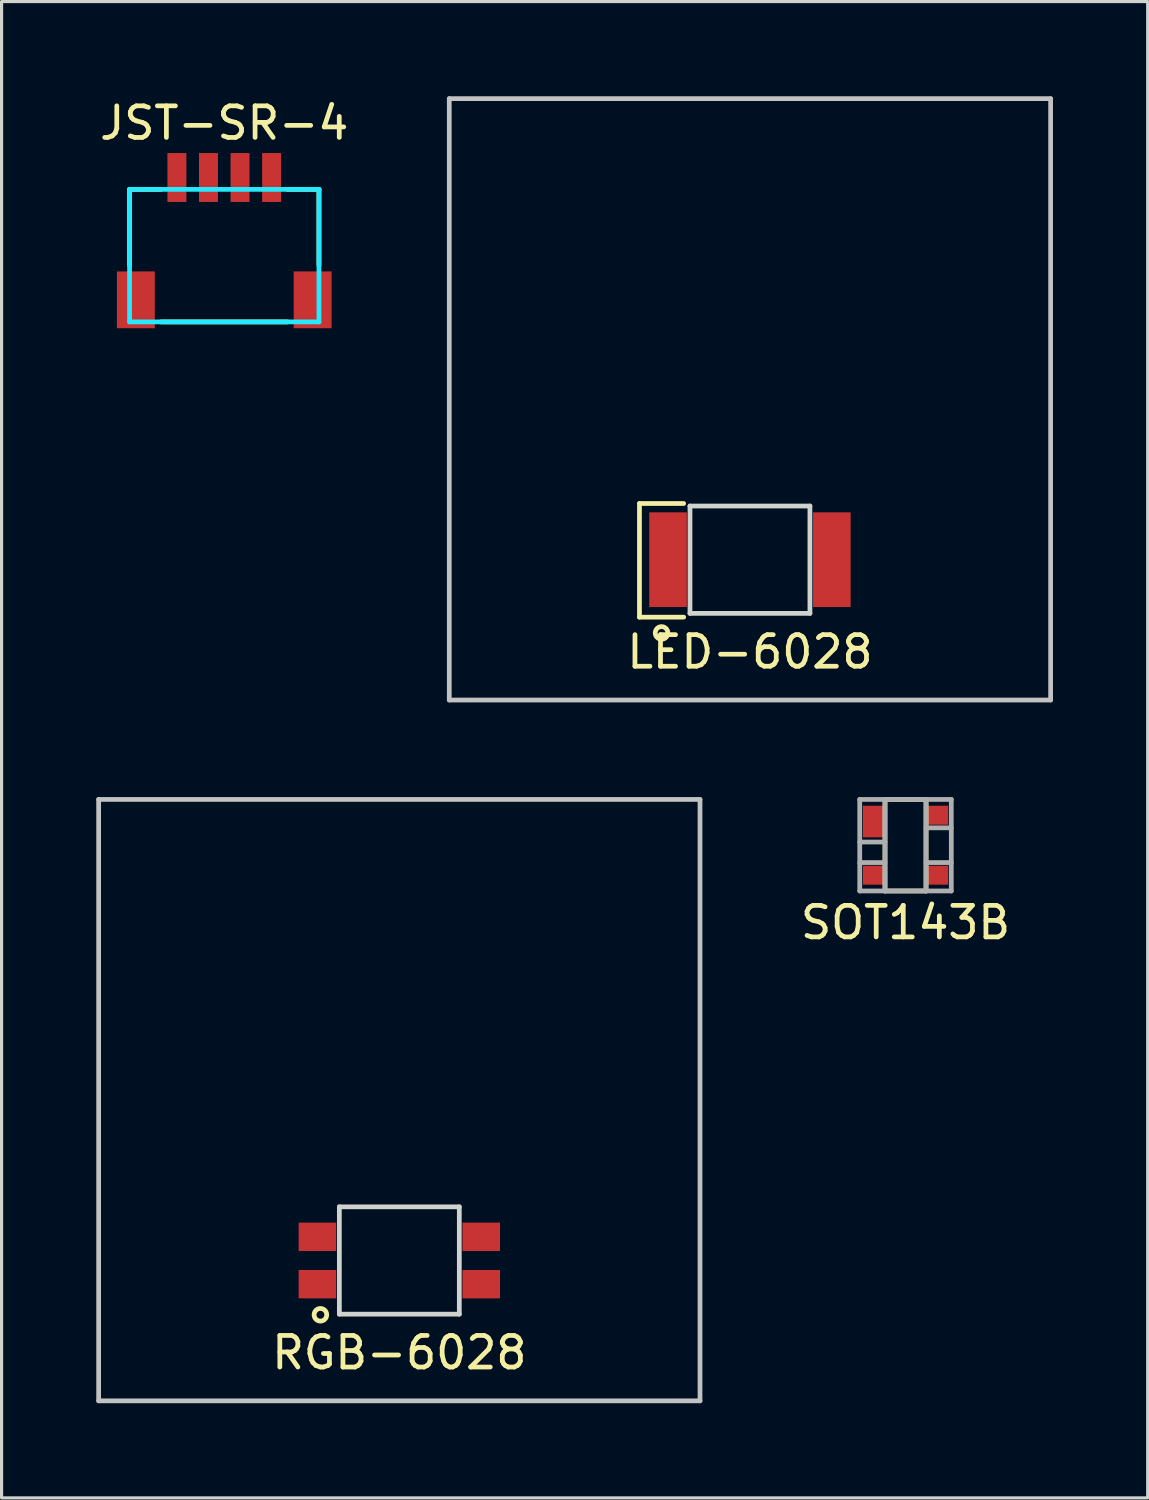
<source format=kicad_pcb>
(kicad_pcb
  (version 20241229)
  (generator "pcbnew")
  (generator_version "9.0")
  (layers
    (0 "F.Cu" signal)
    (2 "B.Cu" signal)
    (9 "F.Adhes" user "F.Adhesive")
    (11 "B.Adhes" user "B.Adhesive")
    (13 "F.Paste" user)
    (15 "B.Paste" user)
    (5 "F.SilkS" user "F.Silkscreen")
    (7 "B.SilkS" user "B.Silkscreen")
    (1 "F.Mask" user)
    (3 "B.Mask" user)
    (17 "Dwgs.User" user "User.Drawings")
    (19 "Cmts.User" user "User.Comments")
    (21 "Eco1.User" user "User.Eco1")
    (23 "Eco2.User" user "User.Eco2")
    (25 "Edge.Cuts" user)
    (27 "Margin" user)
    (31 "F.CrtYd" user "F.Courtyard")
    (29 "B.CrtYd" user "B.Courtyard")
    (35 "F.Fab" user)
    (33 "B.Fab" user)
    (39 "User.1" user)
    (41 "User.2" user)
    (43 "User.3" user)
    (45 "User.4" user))
  (footprint "RGB-6028"
    (layer "F.Cu")
    (at 9.6 31.8)
    (property "Reference" "RGB-6028" (at 0 8 0) (layer "F.SilkS") (effects (font (size 1 1) (thickness 0.15))))
    (attr smd)
    (fp_circle (center -2.5 6.8) (end -2.5 6.6) (stroke (width 0.15) (type solid)) (fill no) (layer "F.SilkS"))
    (fp_line (start -9.525 -9.525) (end 9.525 -9.525) (stroke (width 0.15) (type solid)) (layer "Dwgs.User"))
    (fp_line (start -9.525 9.525) (end -9.525 -9.525) (stroke (width 0.15) (type solid)) (layer "Dwgs.User"))
    (fp_line (start 9.525 -9.525) (end 9.525 9.525) (stroke (width 0.15) (type solid)) (layer "Dwgs.User"))
    (fp_line (start 9.525 9.525) (end -9.525 9.525) (stroke (width 0.15) (type solid)) (layer "Dwgs.User"))
    (fp_line (start -1.9 3.38) (end -1.9 6.78) (stroke (width 0.15) (type solid)) (layer "Edge.Cuts"))
    (fp_line (start 1.9 3.38) (end -1.9 3.38) (stroke (width 0.15) (type solid)) (layer "Edge.Cuts"))
    (fp_line (start 1.9 3.38) (end 1.9 6.78) (stroke (width 0.15) (type solid)) (layer "Edge.Cuts"))
    (fp_line (start 1.9 6.78) (end -1.9 6.78) (stroke (width 0.15) (type solid)) (layer "Edge.Cuts"))
    (pad "1" smd rect (at -2.595 4.33) (size 1.19 0.9) (layers "F.Cu" "F.Mask" "F.Paste"))
    (pad "2" smd rect (at 2.595 5.83) (size 1.19 0.9) (layers "F.Cu" "F.Mask" "F.Paste"))
    (pad "3" smd rect (at 2.595 4.33) (size 1.19 0.9) (layers "F.Cu" "F.Mask" "F.Paste"))
    (pad "4" smd rect (at -2.595 5.83) (size 1.19 0.9) (layers "F.Cu" "F.Mask" "F.Paste")))
  (footprint "LED-6028"
    (layer "F.Cu")
    (at 20.707 9.6)
    (property "Reference" "LED-6028" (at 0 8 0) (layer "F.SilkS") (effects (font (size 1 1) (thickness 0.15))))
    (attr smd)
    (fp_line (start -3.5 3.3) (end -2.1 3.3) (stroke (width 0.15) (type solid)) (layer "F.SilkS"))
    (fp_line (start -3.5 6.9) (end -3.5 3.3) (stroke (width 0.15) (type solid)) (layer "F.SilkS"))
    (fp_line (start -3.5 6.9) (end -2.1 6.9) (stroke (width 0.15) (type solid)) (layer "F.SilkS"))
    (fp_circle (center -2.8 7.4) (end -2.8 7.2) (stroke (width 0.15) (type solid)) (fill no) (layer "F.SilkS"))
    (fp_line (start -9.525 -9.525) (end 9.525 -9.525) (stroke (width 0.15) (type solid)) (layer "Dwgs.User"))
    (fp_line (start -9.525 9.525) (end -9.525 -9.525) (stroke (width 0.15) (type solid)) (layer "Dwgs.User"))
    (fp_line (start 9.525 -9.525) (end 9.525 9.525) (stroke (width 0.15) (type solid)) (layer "Dwgs.User"))
    (fp_line (start 9.525 9.525) (end -9.525 9.525) (stroke (width 0.15) (type solid)) (layer "Dwgs.User"))
    (fp_line (start -1.9 3.38) (end -1.9 6.78) (stroke (width 0.15) (type solid)) (layer "Edge.Cuts"))
    (fp_line (start 1.9 3.38) (end -1.9 3.38) (stroke (width 0.15) (type solid)) (layer "Edge.Cuts"))
    (fp_line (start 1.9 3.38) (end 1.9 6.78) (stroke (width 0.15) (type solid)) (layer "Edge.Cuts"))
    (fp_line (start 1.9 6.78) (end -1.9 6.78) (stroke (width 0.15) (type solid)) (layer "Edge.Cuts"))
    (pad "1" smd rect (at -2.595 5.08) (size 1.19 3) (layers "F.Cu" "F.Mask" "F.Paste"))
    (pad "2" smd rect (at 2.595 5.08) (size 1.19 3) (layers "F.Cu" "F.Mask" "F.Paste")))
  (footprint "SOT143B"
    (layer "F.Cu")
    (at 25.635 23.725)
    (property "Reference" "SOT143B" (at 0 2.45 0) (layer "F.SilkS") (effects (font (size 1 1) (thickness 0.15))))
    (attr smd)
    (fp_line (start -0.65 -1.45) (end -0.65 1.45) (stroke (width 0.15) (type solid)) (layer "F.SilkS"))
    (fp_line (start -0.65 1.45) (end 0.65 1.45) (stroke (width 0.15) (type solid)) (layer "F.SilkS"))
    (fp_line (start 0.65 -1.45) (end -0.65 -1.45) (stroke (width 0.15) (type solid)) (layer "F.SilkS"))
    (fp_line (start 0.65 -1.45) (end 0.65 1.45) (stroke (width 0.15) (type solid)) (layer "F.SilkS"))
    (fp_line (start -1.45 -1.45) (end 1.45 -1.45) (stroke (width 0.15) (type solid)) (layer "F.Fab"))
    (fp_line (start -1.45 0.55) (end -0.65 0.55) (stroke (width 0.15) (type solid)) (layer "F.Fab"))
    (fp_line (start -1.45 1.45) (end -1.45 -1.45) (stroke (width 0.15) (type solid)) (layer "F.Fab"))
    (fp_line (start -0.65 -0.1) (end -1.45 -0.1) (stroke (width 0.15) (type solid)) (layer "F.Fab"))
    (fp_line (start -0.65 1.45) (end -0.65 -1.45) (stroke (width 0.15) (type solid)) (layer "F.Fab"))
    (fp_line (start 0.65 -1.45) (end 0.65 1.45) (stroke (width 0.15) (type solid)) (layer "F.Fab"))
    (fp_line (start 0.65 -0.55) (end 1.45 -0.55) (stroke (width 0.15) (type solid)) (layer "F.Fab"))
    (fp_line (start 1.45 -1.45) (end 1.45 1.45) (stroke (width 0.15) (type solid)) (layer "F.Fab"))
    (fp_line (start 1.45 0.55) (end 0.65 0.55) (stroke (width 0.15) (type solid)) (layer "F.Fab"))
    (fp_line (start 1.45 1.45) (end -1.45 1.45) (stroke (width 0.15) (type solid)) (layer "F.Fab"))
    (pad "1" smd rect (at -1 -0.75 270) (size 1 0.7) (layers "F.Cu" "F.Mask" "F.Paste"))
    (pad "2" smd rect (at -1 0.95 270) (size 0.6 0.7) (layers "F.Cu" "F.Mask" "F.Paste"))
    (pad "3" smd rect (at 1 0.95 270) (size 0.6 0.7) (layers "F.Cu" "F.Mask" "F.Paste"))
    (pad "4" smd rect (at 1 -0.95 270) (size 0.6 0.7) (layers "F.Cu" "F.Mask" "F.Paste")))
  (footprint "JST-SR-4"
    (layer "F.Cu")
    (at 4.054 7.348)
    (property "Reference" "JST-SR-4" (at 0 -6.5 0) (layer "F.SilkS") (effects (font (size 1 1) (thickness 0.15))))
    (attr through_hole)
    (fp_line (start -3 -4.4) (end -2 -4.4) (stroke (width 0.15) (type solid)) (layer "F.SilkS"))
    (fp_line (start -3 -2) (end -3 -4.4) (stroke (width 0.15) (type solid)) (layer "F.SilkS"))
    (fp_line (start 2 -4.4) (end 3 -4.4) (stroke (width 0.15) (type solid)) (layer "F.SilkS"))
    (fp_line (start 2 -0.2) (end -2 -0.2) (stroke (width 0.15) (type solid)) (layer "F.SilkS"))
    (fp_line (start 3 -4.4) (end 3 -2) (stroke (width 0.15) (type solid)) (layer "F.SilkS"))
    (fp_line (start -3 -4.4) (end 3 -4.4) (stroke (width 0.15) (type solid)) (layer "B.CrtYd"))
    (fp_line (start -3 -0.2) (end -3 -4.4) (stroke (width 0.15) (type solid)) (layer "B.CrtYd"))
    (fp_line (start 3 -4.4) (end 3 -0.2) (stroke (width 0.15) (type solid)) (layer "B.CrtYd"))
    (fp_line (start 3 -0.2) (end -3 -0.2) (stroke (width 0.15) (type solid)) (layer "B.CrtYd"))
    (pad "" smd rect (at -2.8 -0.9) (size 1.2 1.8) (layers "F.Cu" "F.Mask" "F.Paste"))
    (pad "" smd rect (at 2.8 -0.9) (size 1.2 1.8) (layers "F.Cu" "F.Mask" "F.Paste"))
    (pad "1" smd rect (at -1.5 -4.775) (size 0.6 1.55) (layers "F.Cu" "F.Mask" "F.Paste"))
    (pad "2" smd rect (at -0.5 -4.775) (size 0.6 1.55) (layers "F.Cu" "F.Mask" "F.Paste"))
    (pad "3" smd rect (at 0.5 -4.775) (size 0.6 1.55) (layers "F.Cu" "F.Mask" "F.Paste"))
    (pad "4" smd rect (at 1.5 -4.775) (size 0.6 1.55) (layers "F.Cu" "F.Mask" "F.Paste")))
  (gr_rect
    (start -3 -3)
    (end 33.307 44.4)
    (stroke (width 0.1) (type default))
    (fill no)
    (layer "Edge.Cuts")))
</source>
